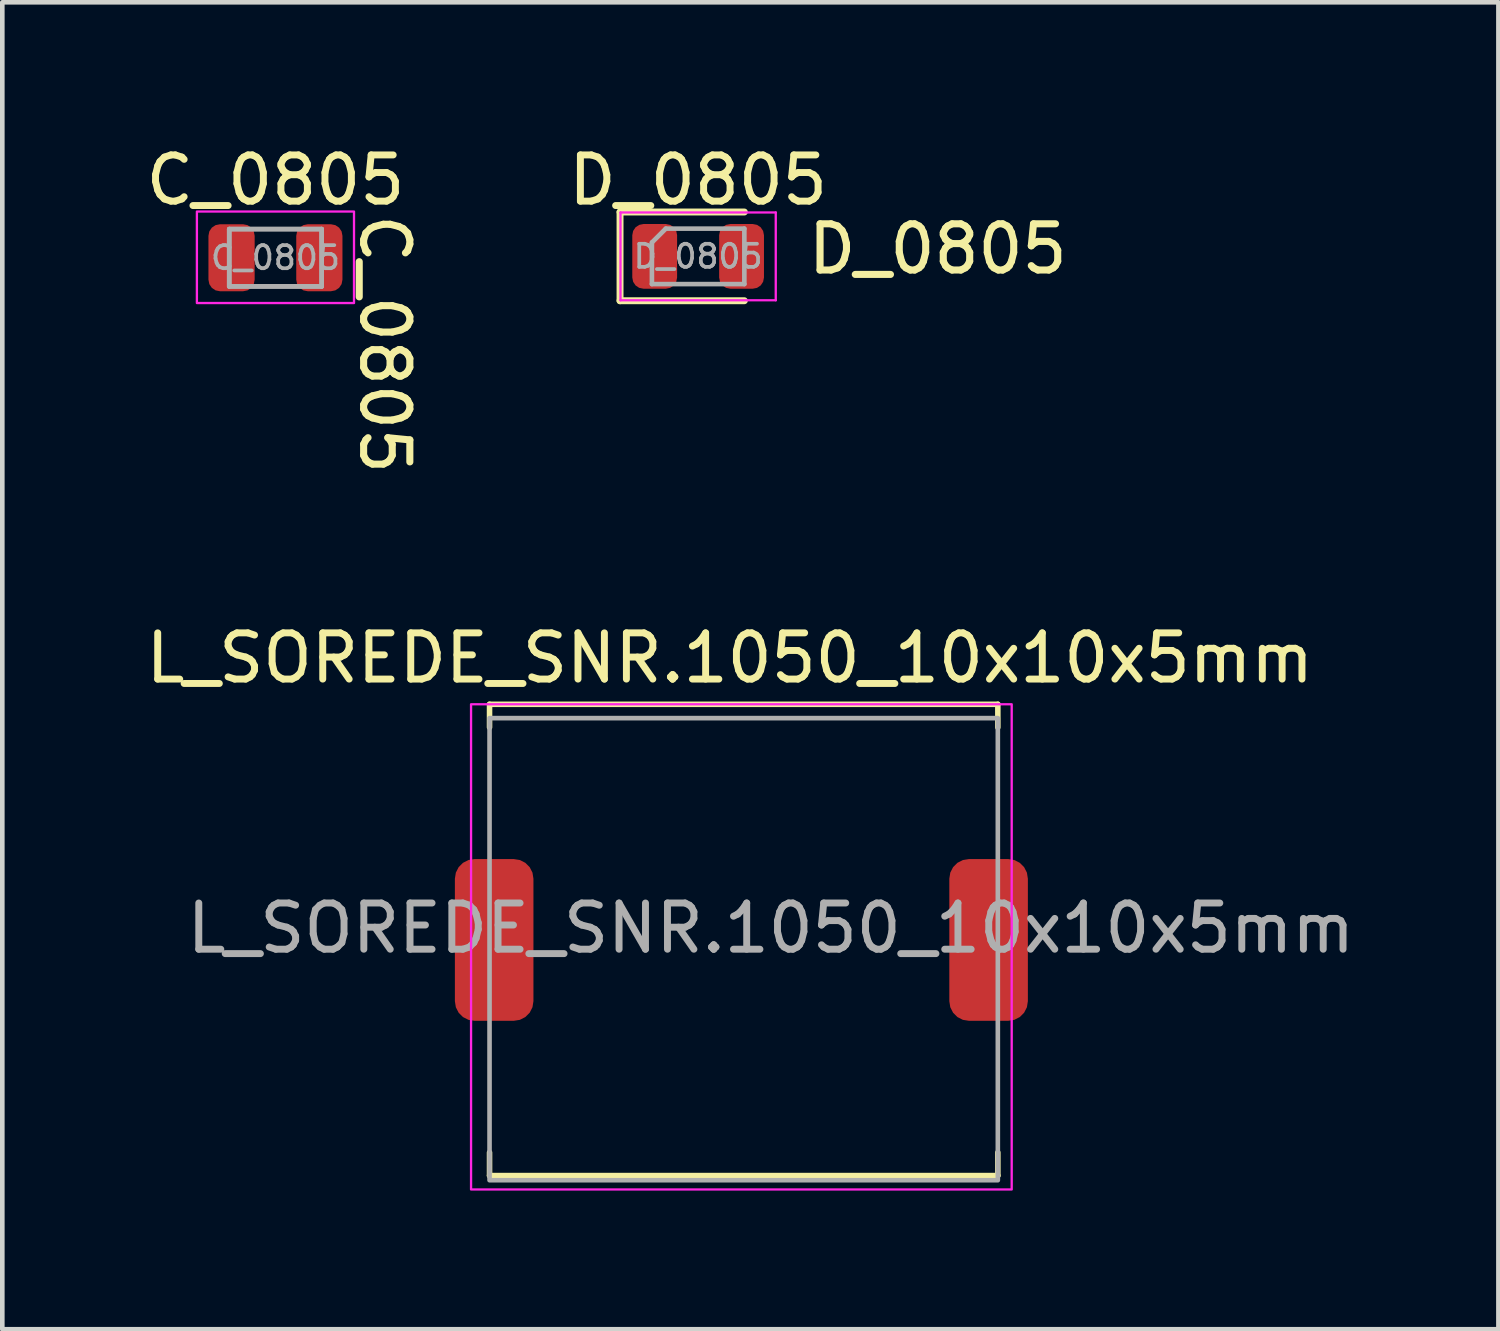
<source format=kicad_pcb>
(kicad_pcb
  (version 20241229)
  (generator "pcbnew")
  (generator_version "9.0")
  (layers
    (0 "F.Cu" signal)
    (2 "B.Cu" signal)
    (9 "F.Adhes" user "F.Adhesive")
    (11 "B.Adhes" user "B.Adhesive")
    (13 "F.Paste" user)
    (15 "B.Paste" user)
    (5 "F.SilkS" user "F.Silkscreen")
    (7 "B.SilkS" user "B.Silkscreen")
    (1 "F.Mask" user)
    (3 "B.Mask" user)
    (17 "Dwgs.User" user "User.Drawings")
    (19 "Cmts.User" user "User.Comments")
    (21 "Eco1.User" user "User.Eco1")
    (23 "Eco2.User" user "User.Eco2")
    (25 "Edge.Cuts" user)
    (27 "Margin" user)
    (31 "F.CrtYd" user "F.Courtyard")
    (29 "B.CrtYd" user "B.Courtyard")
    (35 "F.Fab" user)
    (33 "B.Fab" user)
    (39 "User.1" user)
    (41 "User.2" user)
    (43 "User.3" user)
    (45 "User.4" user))
  (footprint "D_0805"
    (layer "F.Cu")
    (at 12.058 2.498)
    (property "Reference" "D_0805" (at 0 -1.65 0) (layer "F.SilkS") (effects (font (size 1 1) (thickness 0.15))))
    (attr smd)
    (fp_line (start -1.69 -0.96) (end -1.69 0.96) (stroke (width 0.15) (type solid)) (layer "F.SilkS"))
    (fp_line (start -1.69 0.96) (end 1 0.96) (stroke (width 0.15) (type solid)) (layer "F.SilkS"))
    (fp_line (start 1 -0.96) (end -1.69 -0.96) (stroke (width 0.15) (type solid)) (layer "F.SilkS"))
    (fp_line (start -1.68 -0.95) (end 1.68 -0.95) (stroke (width 0.05) (type solid)) (layer "F.CrtYd"))
    (fp_line (start -1.68 0.95) (end -1.68 -0.95) (stroke (width 0.05) (type solid)) (layer "F.CrtYd"))
    (fp_line (start 1.68 -0.95) (end 1.68 0.95) (stroke (width 0.05) (type solid)) (layer "F.CrtYd"))
    (fp_line (start 1.68 0.95) (end -1.68 0.95) (stroke (width 0.05) (type solid)) (layer "F.CrtYd"))
    (fp_line (start -1 -0.3) (end -1 0.6) (stroke (width 0.1) (type solid)) (layer "F.Fab"))
    (fp_line (start -1 0.6) (end 1 0.6) (stroke (width 0.1) (type solid)) (layer "F.Fab"))
    (fp_line (start -0.7 -0.6) (end -1 -0.3) (stroke (width 0.1) (type solid)) (layer "F.Fab"))
    (fp_line (start 1 -0.6) (end -0.7 -0.6) (stroke (width 0.1) (type solid)) (layer "F.Fab"))
    (fp_line (start 1 0.6) (end 1 -0.6) (stroke (width 0.1) (type solid)) (layer "F.Fab"))
    (fp_text user "${REFERENCE}" (at 2.3 0.426 0) (unlocked yes) (layer "F.SilkS") (effects (font (size 1 1) (thickness 0.153)) (justify left bottom)))
    (fp_text user "${REFERENCE}" (at 0 0 0) (layer "F.Fab") (effects (font (size 0.5 0.5) (thickness 0.08))))
    (pad "1" smd roundrect (at -0.94 0) (size 0.97 1.4) (layers "F.Cu" "F.Mask" "F.Paste") (roundrect_rratio 0.25))
    (pad "2" smd roundrect (at 0.94 0) (size 0.97 1.4) (layers "F.Cu" "F.Mask" "F.Paste") (roundrect_rratio 0.25)))
  (footprint "L_SOREDE_SNR.1050_10x10x5mm"
    (layer "F.Cu")
    (at 12.744 17.291)
    (property "Reference" "L_SOREDE_SNR.1050_10x10x5mm" (at 0 -6.1 0) (layer "F.SilkS") (effects (font (size 1 1) (thickness 0.15))))
    (attr smd)
    (fp_line (start -5.2 -5.1) (end 5.8 -5.1) (stroke (width 0.12) (type default)) (layer "F.SilkS"))
    (fp_line (start -5.2 -4.6) (end -5.2 -5.1) (stroke (width 0.12) (type default)) (layer "F.SilkS"))
    (fp_line (start -5.2 5.1) (end -5.2 4.6) (stroke (width 0.12) (type default)) (layer "F.SilkS"))
    (fp_line (start 5.8 -5.1) (end 5.8 -4.6) (stroke (width 0.12) (type default)) (layer "F.SilkS"))
    (fp_line (start 5.8 4.6) (end 5.8 5.1) (stroke (width 0.12) (type default)) (layer "F.SilkS"))
    (fp_line (start 5.8 5.1) (end -5.2 5.1) (stroke (width 0.12) (type default)) (layer "F.SilkS"))
    (fp_rect (start -5.6 -5.1) (end 6.1 5.4) (stroke (width 0.05) (type default)) (fill no) (layer "F.CrtYd"))
    (fp_rect (start -5.2 -4.8) (end 5.8 5.2) (stroke (width 0.1) (type default)) (fill no) (layer "F.Fab"))
    (fp_text user "${REFERENCE}" (at 0.889 -0.254 0) (layer "F.Fab") (effects (font (size 1 1) (thickness 0.15))))
    (pad "1" smd roundrect (at -5.1 0) (size 1.7 3.5) (layers "F.Cu" "F.Mask" "F.Paste") (roundrect_rratio 0.25))
    (pad "2" smd roundrect (at 5.6 0) (size 1.7 3.5) (layers "F.Cu" "F.Mask" "F.Paste") (roundrect_rratio 0.25)))
  (footprint "C_0805"
    (layer "F.Cu")
    (at 2.911 2.528)
    (property "Reference" "C_0805" (at 0 -1.68 0) (layer "F.SilkS") (effects (font (size 1 1) (thickness 0.15))))
    (attr smd)
    (fp_rect (start -1.7 -1) (end 1.7 0.98) (stroke (width 0.05) (type default)) (fill no) (layer "F.CrtYd"))
    (fp_line (start -1 -0.62) (end 1 -0.62) (stroke (width 0.1) (type solid)) (layer "F.Fab"))
    (fp_line (start -1 -0.62) (end 1 -0.62) (stroke (width 0.1) (type solid)) (layer "F.Fab"))
    (fp_line (start -1 0.62) (end -1 -0.62) (stroke (width 0.1) (type solid)) (layer "F.Fab"))
    (fp_line (start -1 0.62) (end -1 -0.62) (stroke (width 0.1) (type solid)) (layer "F.Fab"))
    (fp_line (start 1 -0.62) (end 1 0.62) (stroke (width 0.1) (type solid)) (layer "F.Fab"))
    (fp_line (start 1 -0.62) (end 1 0.62) (stroke (width 0.1) (type solid)) (layer "F.Fab"))
    (fp_line (start 1 0.62) (end -1 0.62) (stroke (width 0.1) (type solid)) (layer "F.Fab"))
    (fp_line (start 1 0.62) (end -1 0.62) (stroke (width 0.1) (type solid)) (layer "F.Fab"))
    (fp_text user "${REFERENCE}" (at 1.778 -1.016 270) (unlocked yes) (layer "F.SilkS") (effects (font (size 1 1) (thickness 0.153)) (justify left bottom)))
    (fp_text user "${REFERENCE}" (at 0 0 0) (layer "F.Fab") (effects (font (size 0.5 0.5) (thickness 0.08))))
    (pad "1" smd roundrect (at -0.95 0) (size 1 1.45) (layers "F.Cu" "F.Mask" "F.Paste") (roundrect_rratio 0.25))
    (pad "2" smd roundrect (at 0.95 0) (size 1 1.45) (layers "F.Cu" "F.Mask" "F.Paste") (roundrect_rratio 0.25)))
  (gr_rect
    (start -3 -3)
    (end 29.377 25.716)
    (stroke (width 0.1) (type default))
    (fill no)
    (layer "Edge.Cuts")))
</source>
